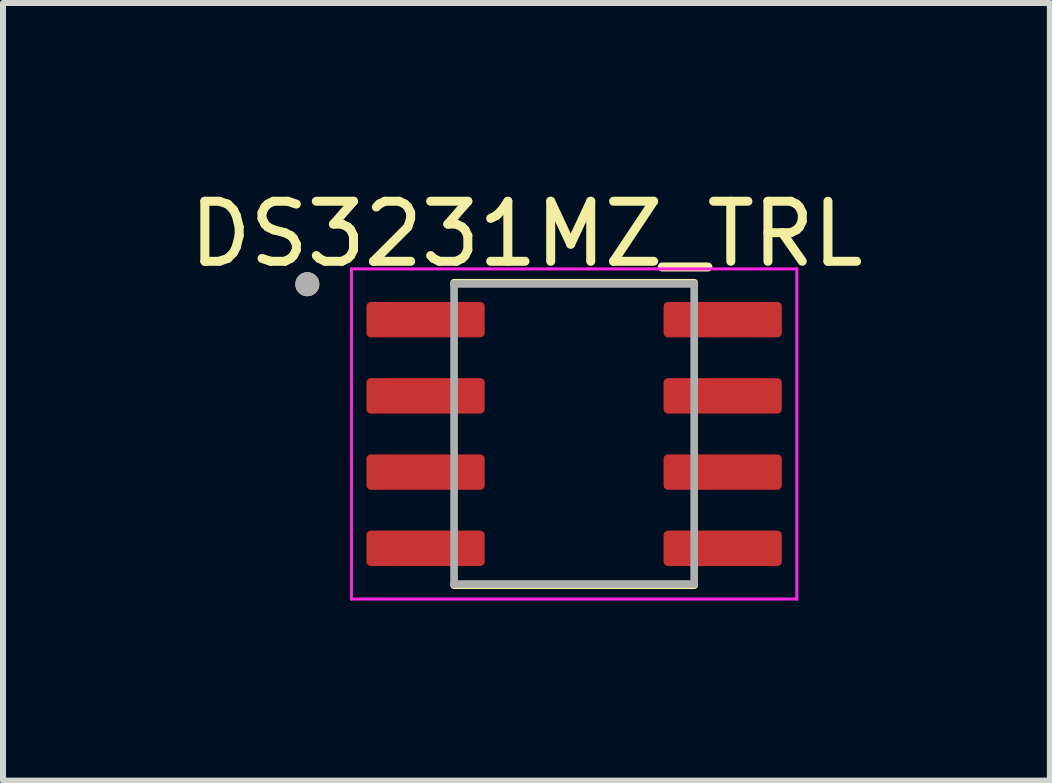
<source format=kicad_pcb>
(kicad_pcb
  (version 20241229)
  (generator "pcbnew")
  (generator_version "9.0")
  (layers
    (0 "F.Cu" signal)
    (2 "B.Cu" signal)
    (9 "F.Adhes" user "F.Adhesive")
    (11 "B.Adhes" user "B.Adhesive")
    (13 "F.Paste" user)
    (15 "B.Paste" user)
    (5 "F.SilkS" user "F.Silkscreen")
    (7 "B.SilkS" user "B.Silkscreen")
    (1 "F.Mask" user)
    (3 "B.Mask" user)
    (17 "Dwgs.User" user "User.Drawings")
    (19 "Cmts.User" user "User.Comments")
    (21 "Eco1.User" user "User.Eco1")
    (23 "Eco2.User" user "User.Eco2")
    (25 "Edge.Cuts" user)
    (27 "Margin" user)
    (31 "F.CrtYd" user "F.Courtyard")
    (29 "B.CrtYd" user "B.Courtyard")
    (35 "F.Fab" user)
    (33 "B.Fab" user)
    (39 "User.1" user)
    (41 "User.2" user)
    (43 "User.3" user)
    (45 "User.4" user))
  (footprint "DS3231MZ_TRL"
    (layer "F.Cu")
    (at 6.515 4.18)
    (property "Reference" "DS3231MZ_TRL" (at -0.795 -3.332 0) (layer "F.SilkS") (effects (font (size 1 1) (thickness 0.15))))
    (attr smd)
    (fp_line (start -2 -2.52) (end 2 -2.52) (stroke (width 0.127) (type solid)) (layer "F.SilkS"))
    (fp_line (start -2 2.52) (end 2 2.52) (stroke (width 0.127) (type solid)) (layer "F.SilkS"))
    (fp_circle (center -4.445 -2.495) (end -4.345 -2.495) (stroke (width 0.2) (type solid)) (fill no) (layer "F.SilkS"))
    (fp_line (start -3.71 -2.75) (end -3.71 2.75) (stroke (width 0.05) (type solid)) (layer "F.CrtYd"))
    (fp_line (start -3.71 -2.75) (end 3.71 -2.75) (stroke (width 0.05) (type solid)) (layer "F.CrtYd"))
    (fp_line (start -3.71 2.75) (end 3.71 2.75) (stroke (width 0.05) (type solid)) (layer "F.CrtYd"))
    (fp_line (start 3.71 -2.75) (end 3.71 2.75) (stroke (width 0.05) (type solid)) (layer "F.CrtYd"))
    (fp_line (start -2 -2.5) (end -2 2.5) (stroke (width 0.127) (type solid)) (layer "F.Fab"))
    (fp_line (start -2 -2.5) (end 2 -2.5) (stroke (width 0.127) (type solid)) (layer "F.Fab"))
    (fp_line (start -2 2.5) (end 2 2.5) (stroke (width 0.127) (type solid)) (layer "F.Fab"))
    (fp_line (start 2 -2.5) (end 2 2.5) (stroke (width 0.127) (type solid)) (layer "F.Fab"))
    (fp_circle (center -4.445 -2.495) (end -4.345 -2.495) (stroke (width 0.2) (type solid)) (fill no) (layer "F.Fab"))
    (pad "1" smd roundrect (at -2.475 -1.905) (size 1.97 0.59) (layers "F.Cu" "F.Mask" "F.Paste") (roundrect_rratio 0.125))
    (pad "2" smd roundrect (at -2.475 -0.635) (size 1.97 0.59) (layers "F.Cu" "F.Mask" "F.Paste") (roundrect_rratio 0.125))
    (pad "3" smd roundrect (at -2.475 0.635) (size 1.97 0.59) (layers "F.Cu" "F.Mask" "F.Paste") (roundrect_rratio 0.125))
    (pad "4" smd roundrect (at -2.475 1.905) (size 1.97 0.59) (layers "F.Cu" "F.Mask" "F.Paste") (roundrect_rratio 0.125))
    (pad "5" smd roundrect (at 2.475 1.905) (size 1.97 0.59) (layers "F.Cu" "F.Mask" "F.Paste") (roundrect_rratio 0.125))
    (pad "6" smd roundrect (at 2.475 0.635) (size 1.97 0.59) (layers "F.Cu" "F.Mask" "F.Paste") (roundrect_rratio 0.125))
    (pad "7" smd roundrect (at 2.475 -0.635) (size 1.97 0.59) (layers "F.Cu" "F.Mask" "F.Paste") (roundrect_rratio 0.125))
    (pad "8" smd roundrect (at 2.475 -1.905) (size 1.97 0.59) (layers "F.Cu" "F.Mask" "F.Paste") (roundrect_rratio 0.125)))
  (gr_rect
    (start -3 -3)
    (end 14.44 9.955)
    (stroke (width 0.1) (type default))
    (fill no)
    (layer "Edge.Cuts")))
</source>
